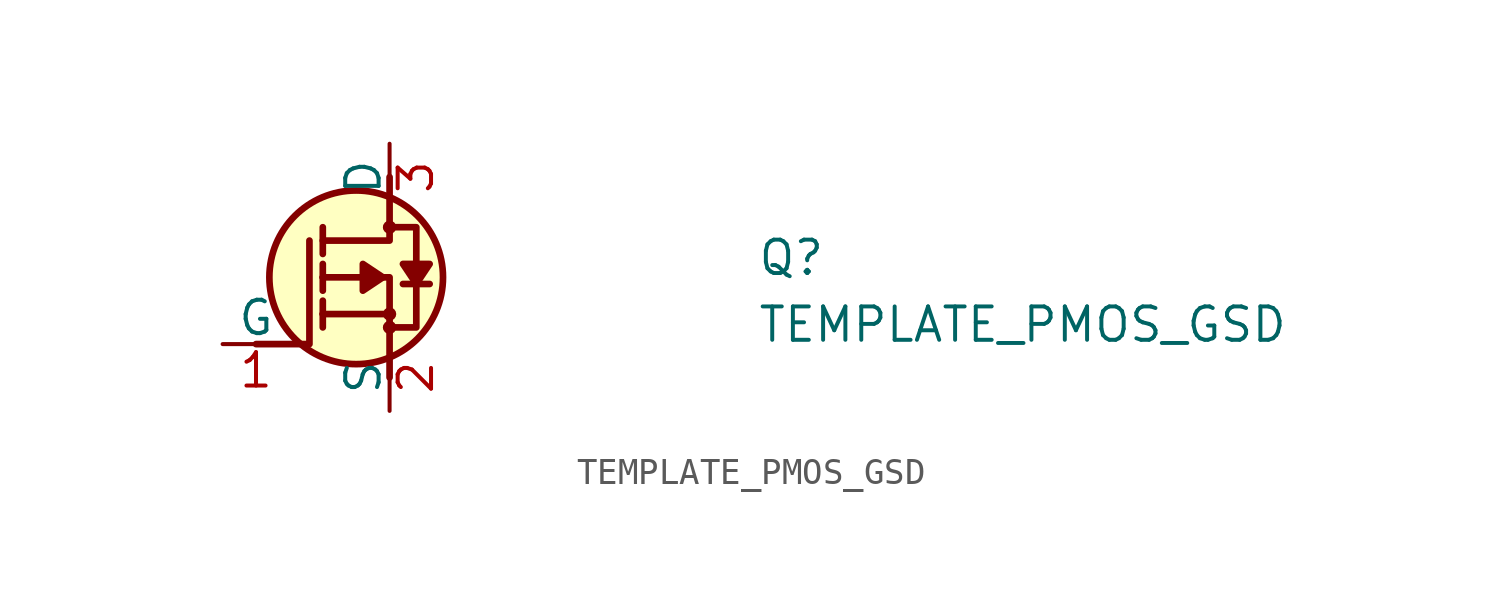
<source format=kicad_sym>
(kicad_symbol_lib
  (version 20220914)
  (generator kicad_symbol_editor)
  (symbol "TEMPLATE_PMOS_GSD"
    (pin_names
      (offset 0))
    (property "Reference" "Q"
      (at 20.32 2.54 0)
      (effects (font (size 1.27 1.27) (thickness 0.15)) (justify left bottom)))
    (property "Value" "TEMPLATE_PMOS_GSD"
      (at 20.32 0 0)
      (effects (font (size 1.27 1.27) (thickness 0.15)) (justify left bottom)))
    (property "MPN" ""
      (at 0 0 0)
      (effects (font (size 1.27 1.27)) (justify left bottom)))
    (symbol "TEMPLATE_PMOS_GSD_1_1"
      (polyline (pts (xy 3.81 1.143) (xy 3.81 0.635)) (stroke (width 0.254) (type default)) (fill (type background)))
      (polyline (pts (xy 3.81 1.143) (xy 3.81 1.651)) (stroke (width 0.254) (type default)) (fill (type background)))
      (polyline (pts (xy 3.81 2.54) (xy 3.81 2.032)) (stroke (width 0.254) (type default)) (fill (type background)))
      (polyline (pts (xy 3.81 2.54) (xy 3.81 3.048)) (stroke (width 0.254) (type default)) (fill (type background)))
      (polyline (pts (xy 3.81 4.445) (xy 3.81 3.429)) (stroke (width 0.254) (type default)) (fill (type background)))
      (polyline (pts (xy 6.35 1.143) (xy 3.81 1.143)) (stroke (width 0.254) (type default)) (fill (type background)))
      (polyline (pts (xy 7.874 2.286) (xy 6.858 2.286)) (stroke (width 0.254) (type default)) (fill (type background)))
      (polyline (pts (xy 1.27 0) (xy 3.302 0) (xy 3.302 3.937)) (stroke (width 0.254) (type default)) (fill (type none)))
      (polyline (pts (xy 6.35 -1.27) (xy 6.35 2.54) (xy 3.81 2.54)) (stroke (width 0.254) (type default)) (fill (type none)))
      (polyline (pts (xy 6.35 6.35) (xy 6.35 3.937) (xy 3.81 3.937)) (stroke (width 0.254) (type default)) (fill (type none)))
      (polyline (pts (xy 6.096 2.54) (xy 5.334 2.032) (xy 5.334 3.048) (xy 6.096 2.54)) (stroke (width 0.254) (type default)) (fill (type outline)))
      (polyline (pts (xy 7.366 2.286) (xy 7.874 3.048) (xy 6.858 3.048) (xy 7.366 2.286)) (stroke (width 0.254) (type default)) (fill (type outline)))
      (polyline (pts (xy 6.223 0.635) (xy 7.366 0.635) (xy 7.366 3.937) (xy 7.366 4.445) (xy 6.223 4.445)) (stroke (width 0.254) (type default)) (fill (type none)))
      (circle (center 5.08 2.54) (radius 3.302) (stroke (width 0.254) (type default)) (fill (type background)))
      (circle (center 6.35 0.635) (radius 0.127) (stroke (width 0.254) (type default)) (fill (type background)))
      (circle (center 6.35 1.143) (radius 0.127) (stroke (width 0.254) (type default)) (fill (type background)))
      (circle (center 6.35 4.445) (radius 0.127) (stroke (width 0.254) (type default)) (fill (type background)))
      (pin passive line (at 0 0 0) (length 2.54) (name "G" (effects (font (size 1.27 1.27)))) (number "1" (effects (font (size 1.27 1.27)))))
      (pin passive line (at 6.35 -2.54 90) (length 2.54) (name "S" (effects (font (size 1.27 1.27)))) (number "2" (effects (font (size 1.27 1.27)))))
      (pin passive line (at 6.35 7.62 270) (length 2.54) (name "D" (effects (font (size 1.27 1.27)))) (number "3" (effects (font (size 1.27 1.27))))))))
</source>
